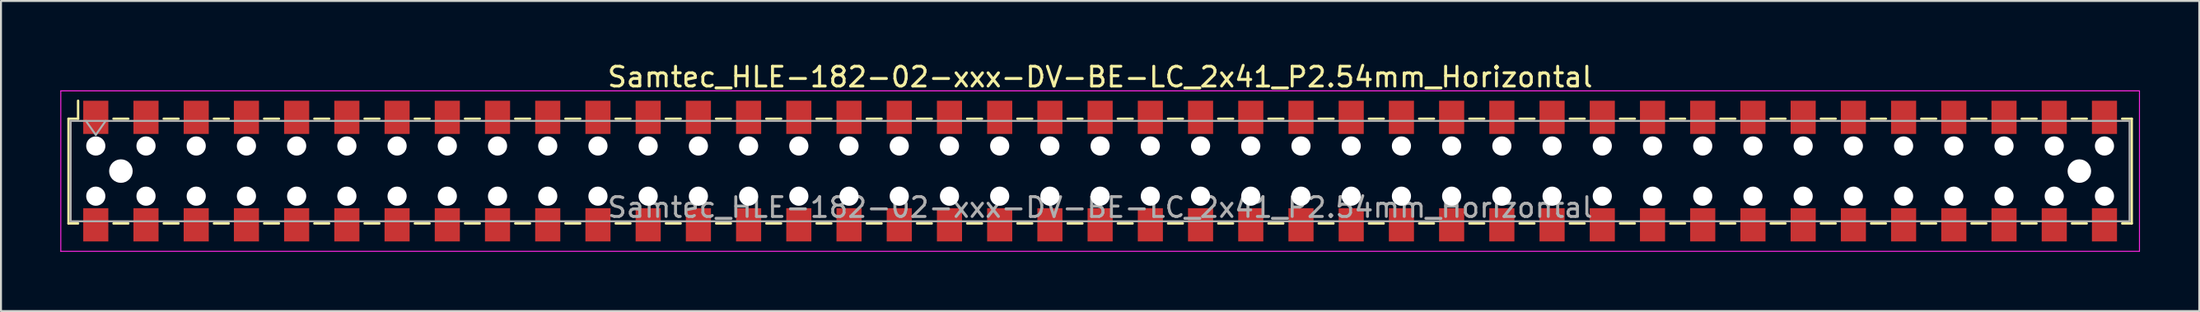
<source format=kicad_pcb>
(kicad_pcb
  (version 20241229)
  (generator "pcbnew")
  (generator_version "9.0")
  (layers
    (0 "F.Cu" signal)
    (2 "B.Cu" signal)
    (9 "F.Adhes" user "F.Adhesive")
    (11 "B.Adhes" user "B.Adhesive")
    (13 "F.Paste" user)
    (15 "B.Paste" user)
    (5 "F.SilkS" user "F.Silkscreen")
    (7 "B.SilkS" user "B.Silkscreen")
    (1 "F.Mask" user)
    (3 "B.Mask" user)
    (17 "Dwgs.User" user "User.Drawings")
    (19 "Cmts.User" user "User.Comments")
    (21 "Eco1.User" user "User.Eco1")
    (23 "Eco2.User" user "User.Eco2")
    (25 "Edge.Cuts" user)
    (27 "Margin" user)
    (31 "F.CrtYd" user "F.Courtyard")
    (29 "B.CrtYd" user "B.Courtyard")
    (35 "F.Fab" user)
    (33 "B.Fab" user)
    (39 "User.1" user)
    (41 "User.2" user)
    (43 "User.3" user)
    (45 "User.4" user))
  (footprint "Samtec_HLE-182-02-xxx-DV-BE-LC_2x41_P2.54mm_Horizontal"
    (layer "F.Cu")
    (at 52.595 5.608)
    (property "Reference" "Samtec_HLE-182-02-xxx-DV-BE-LC_2x41_P2.54mm_Horizontal" (at 0 -4.76 0) (layer "F.SilkS") (effects (font (size 1 1) (thickness 0.15))))
    (attr smd)
    (fp_line (start -52.18 -2.65) (end -52.18 2.65) (stroke (width 0.12) (type solid)) (layer "F.SilkS"))
    (fp_line (start -52.18 2.65) (end -51.695 2.65) (stroke (width 0.12) (type solid)) (layer "F.SilkS"))
    (fp_line (start -51.695 -3.56) (end -51.695 -2.65) (stroke (width 0.12) (type solid)) (layer "F.SilkS"))
    (fp_line (start -51.695 -2.65) (end -52.18 -2.65) (stroke (width 0.12) (type solid)) (layer "F.SilkS"))
    (fp_line (start -49.905 -2.65) (end -49.155 -2.65) (stroke (width 0.12) (type solid)) (layer "F.SilkS"))
    (fp_line (start -49.905 2.65) (end -49.155 2.65) (stroke (width 0.12) (type solid)) (layer "F.SilkS"))
    (fp_line (start -47.365 -2.65) (end -46.615 -2.65) (stroke (width 0.12) (type solid)) (layer "F.SilkS"))
    (fp_line (start -47.365 2.65) (end -46.615 2.65) (stroke (width 0.12) (type solid)) (layer "F.SilkS"))
    (fp_line (start -44.825 -2.65) (end -44.075 -2.65) (stroke (width 0.12) (type solid)) (layer "F.SilkS"))
    (fp_line (start -44.825 2.65) (end -44.075 2.65) (stroke (width 0.12) (type solid)) (layer "F.SilkS"))
    (fp_line (start -42.285 -2.65) (end -41.535 -2.65) (stroke (width 0.12) (type solid)) (layer "F.SilkS"))
    (fp_line (start -42.285 2.65) (end -41.535 2.65) (stroke (width 0.12) (type solid)) (layer "F.SilkS"))
    (fp_line (start -39.745 -2.65) (end -38.995 -2.65) (stroke (width 0.12) (type solid)) (layer "F.SilkS"))
    (fp_line (start -39.745 2.65) (end -38.995 2.65) (stroke (width 0.12) (type solid)) (layer "F.SilkS"))
    (fp_line (start -37.205 -2.65) (end -36.455 -2.65) (stroke (width 0.12) (type solid)) (layer "F.SilkS"))
    (fp_line (start -37.205 2.65) (end -36.455 2.65) (stroke (width 0.12) (type solid)) (layer "F.SilkS"))
    (fp_line (start -34.665 -2.65) (end -33.915 -2.65) (stroke (width 0.12) (type solid)) (layer "F.SilkS"))
    (fp_line (start -34.665 2.65) (end -33.915 2.65) (stroke (width 0.12) (type solid)) (layer "F.SilkS"))
    (fp_line (start -32.125 -2.65) (end -31.375 -2.65) (stroke (width 0.12) (type solid)) (layer "F.SilkS"))
    (fp_line (start -32.125 2.65) (end -31.375 2.65) (stroke (width 0.12) (type solid)) (layer "F.SilkS"))
    (fp_line (start -29.585 -2.65) (end -28.835 -2.65) (stroke (width 0.12) (type solid)) (layer "F.SilkS"))
    (fp_line (start -29.585 2.65) (end -28.835 2.65) (stroke (width 0.12) (type solid)) (layer "F.SilkS"))
    (fp_line (start -27.045 -2.65) (end -26.295 -2.65) (stroke (width 0.12) (type solid)) (layer "F.SilkS"))
    (fp_line (start -27.045 2.65) (end -26.295 2.65) (stroke (width 0.12) (type solid)) (layer "F.SilkS"))
    (fp_line (start -24.505 -2.65) (end -23.755 -2.65) (stroke (width 0.12) (type solid)) (layer "F.SilkS"))
    (fp_line (start -24.505 2.65) (end -23.755 2.65) (stroke (width 0.12) (type solid)) (layer "F.SilkS"))
    (fp_line (start -21.965 -2.65) (end -21.215 -2.65) (stroke (width 0.12) (type solid)) (layer "F.SilkS"))
    (fp_line (start -21.965 2.65) (end -21.215 2.65) (stroke (width 0.12) (type solid)) (layer "F.SilkS"))
    (fp_line (start -19.425 -2.65) (end -18.675 -2.65) (stroke (width 0.12) (type solid)) (layer "F.SilkS"))
    (fp_line (start -19.425 2.65) (end -18.675 2.65) (stroke (width 0.12) (type solid)) (layer "F.SilkS"))
    (fp_line (start -16.885 -2.65) (end -16.135 -2.65) (stroke (width 0.12) (type solid)) (layer "F.SilkS"))
    (fp_line (start -16.885 2.65) (end -16.135 2.65) (stroke (width 0.12) (type solid)) (layer "F.SilkS"))
    (fp_line (start -14.345 -2.65) (end -13.595 -2.65) (stroke (width 0.12) (type solid)) (layer "F.SilkS"))
    (fp_line (start -14.345 2.65) (end -13.595 2.65) (stroke (width 0.12) (type solid)) (layer "F.SilkS"))
    (fp_line (start -11.805 -2.65) (end -11.055 -2.65) (stroke (width 0.12) (type solid)) (layer "F.SilkS"))
    (fp_line (start -11.805 2.65) (end -11.055 2.65) (stroke (width 0.12) (type solid)) (layer "F.SilkS"))
    (fp_line (start -9.265 -2.65) (end -8.515 -2.65) (stroke (width 0.12) (type solid)) (layer "F.SilkS"))
    (fp_line (start -9.265 2.65) (end -8.515 2.65) (stroke (width 0.12) (type solid)) (layer "F.SilkS"))
    (fp_line (start -6.725 -2.65) (end -5.975 -2.65) (stroke (width 0.12) (type solid)) (layer "F.SilkS"))
    (fp_line (start -6.725 2.65) (end -5.975 2.65) (stroke (width 0.12) (type solid)) (layer "F.SilkS"))
    (fp_line (start -4.185 -2.65) (end -3.435 -2.65) (stroke (width 0.12) (type solid)) (layer "F.SilkS"))
    (fp_line (start -4.185 2.65) (end -3.435 2.65) (stroke (width 0.12) (type solid)) (layer "F.SilkS"))
    (fp_line (start -1.645 -2.65) (end -0.895 -2.65) (stroke (width 0.12) (type solid)) (layer "F.SilkS"))
    (fp_line (start -1.645 2.65) (end -0.895 2.65) (stroke (width 0.12) (type solid)) (layer "F.SilkS"))
    (fp_line (start 0.895 -2.65) (end 1.645 -2.65) (stroke (width 0.12) (type solid)) (layer "F.SilkS"))
    (fp_line (start 0.895 2.65) (end 1.645 2.65) (stroke (width 0.12) (type solid)) (layer "F.SilkS"))
    (fp_line (start 3.435 -2.65) (end 4.185 -2.65) (stroke (width 0.12) (type solid)) (layer "F.SilkS"))
    (fp_line (start 3.435 2.65) (end 4.185 2.65) (stroke (width 0.12) (type solid)) (layer "F.SilkS"))
    (fp_line (start 5.975 -2.65) (end 6.725 -2.65) (stroke (width 0.12) (type solid)) (layer "F.SilkS"))
    (fp_line (start 5.975 2.65) (end 6.725 2.65) (stroke (width 0.12) (type solid)) (layer "F.SilkS"))
    (fp_line (start 8.515 -2.65) (end 9.265 -2.65) (stroke (width 0.12) (type solid)) (layer "F.SilkS"))
    (fp_line (start 8.515 2.65) (end 9.265 2.65) (stroke (width 0.12) (type solid)) (layer "F.SilkS"))
    (fp_line (start 11.055 -2.65) (end 11.805 -2.65) (stroke (width 0.12) (type solid)) (layer "F.SilkS"))
    (fp_line (start 11.055 2.65) (end 11.805 2.65) (stroke (width 0.12) (type solid)) (layer "F.SilkS"))
    (fp_line (start 13.595 -2.65) (end 14.345 -2.65) (stroke (width 0.12) (type solid)) (layer "F.SilkS"))
    (fp_line (start 13.595 2.65) (end 14.345 2.65) (stroke (width 0.12) (type solid)) (layer "F.SilkS"))
    (fp_line (start 16.135 -2.65) (end 16.885 -2.65) (stroke (width 0.12) (type solid)) (layer "F.SilkS"))
    (fp_line (start 16.135 2.65) (end 16.885 2.65) (stroke (width 0.12) (type solid)) (layer "F.SilkS"))
    (fp_line (start 18.675 -2.65) (end 19.425 -2.65) (stroke (width 0.12) (type solid)) (layer "F.SilkS"))
    (fp_line (start 18.675 2.65) (end 19.425 2.65) (stroke (width 0.12) (type solid)) (layer "F.SilkS"))
    (fp_line (start 21.215 -2.65) (end 21.965 -2.65) (stroke (width 0.12) (type solid)) (layer "F.SilkS"))
    (fp_line (start 21.215 2.65) (end 21.965 2.65) (stroke (width 0.12) (type solid)) (layer "F.SilkS"))
    (fp_line (start 23.755 -2.65) (end 24.505 -2.65) (stroke (width 0.12) (type solid)) (layer "F.SilkS"))
    (fp_line (start 23.755 2.65) (end 24.505 2.65) (stroke (width 0.12) (type solid)) (layer "F.SilkS"))
    (fp_line (start 26.295 -2.65) (end 27.045 -2.65) (stroke (width 0.12) (type solid)) (layer "F.SilkS"))
    (fp_line (start 26.295 2.65) (end 27.045 2.65) (stroke (width 0.12) (type solid)) (layer "F.SilkS"))
    (fp_line (start 28.835 -2.65) (end 29.585 -2.65) (stroke (width 0.12) (type solid)) (layer "F.SilkS"))
    (fp_line (start 28.835 2.65) (end 29.585 2.65) (stroke (width 0.12) (type solid)) (layer "F.SilkS"))
    (fp_line (start 31.375 -2.65) (end 32.125 -2.65) (stroke (width 0.12) (type solid)) (layer "F.SilkS"))
    (fp_line (start 31.375 2.65) (end 32.125 2.65) (stroke (width 0.12) (type solid)) (layer "F.SilkS"))
    (fp_line (start 33.915 -2.65) (end 34.665 -2.65) (stroke (width 0.12) (type solid)) (layer "F.SilkS"))
    (fp_line (start 33.915 2.65) (end 34.665 2.65) (stroke (width 0.12) (type solid)) (layer "F.SilkS"))
    (fp_line (start 36.455 -2.65) (end 37.205 -2.65) (stroke (width 0.12) (type solid)) (layer "F.SilkS"))
    (fp_line (start 36.455 2.65) (end 37.205 2.65) (stroke (width 0.12) (type solid)) (layer "F.SilkS"))
    (fp_line (start 38.995 -2.65) (end 39.745 -2.65) (stroke (width 0.12) (type solid)) (layer "F.SilkS"))
    (fp_line (start 38.995 2.65) (end 39.745 2.65) (stroke (width 0.12) (type solid)) (layer "F.SilkS"))
    (fp_line (start 41.535 -2.65) (end 42.285 -2.65) (stroke (width 0.12) (type solid)) (layer "F.SilkS"))
    (fp_line (start 41.535 2.65) (end 42.285 2.65) (stroke (width 0.12) (type solid)) (layer "F.SilkS"))
    (fp_line (start 44.075 -2.65) (end 44.825 -2.65) (stroke (width 0.12) (type solid)) (layer "F.SilkS"))
    (fp_line (start 44.075 2.65) (end 44.825 2.65) (stroke (width 0.12) (type solid)) (layer "F.SilkS"))
    (fp_line (start 46.615 -2.65) (end 47.365 -2.65) (stroke (width 0.12) (type solid)) (layer "F.SilkS"))
    (fp_line (start 46.615 2.65) (end 47.365 2.65) (stroke (width 0.12) (type solid)) (layer "F.SilkS"))
    (fp_line (start 49.155 -2.65) (end 49.905 -2.65) (stroke (width 0.12) (type solid)) (layer "F.SilkS"))
    (fp_line (start 49.155 2.65) (end 49.905 2.65) (stroke (width 0.12) (type solid)) (layer "F.SilkS"))
    (fp_line (start 51.695 -2.65) (end 52.18 -2.65) (stroke (width 0.12) (type solid)) (layer "F.SilkS"))
    (fp_line (start 52.18 -2.65) (end 52.18 2.65) (stroke (width 0.12) (type solid)) (layer "F.SilkS"))
    (fp_line (start 52.18 2.65) (end 51.695 2.65) (stroke (width 0.12) (type solid)) (layer "F.SilkS"))
    (fp_line (start -52.57 -4.06) (end 52.57 -4.06) (stroke (width 0.05) (type solid)) (layer "F.CrtYd"))
    (fp_line (start -52.57 4.06) (end -52.57 -4.06) (stroke (width 0.05) (type solid)) (layer "F.CrtYd"))
    (fp_line (start 52.57 -4.06) (end 52.57 4.06) (stroke (width 0.05) (type solid)) (layer "F.CrtYd"))
    (fp_line (start 52.57 4.06) (end -52.57 4.06) (stroke (width 0.05) (type solid)) (layer "F.CrtYd"))
    (fp_line (start -52.07 -2.54) (end 52.07 -2.54) (stroke (width 0.1) (type solid)) (layer "F.Fab"))
    (fp_line (start -52.07 2.54) (end -52.07 -2.54) (stroke (width 0.1) (type solid)) (layer "F.Fab"))
    (fp_line (start -51.3 -2.54) (end -50.8 -1.833) (stroke (width 0.1) (type solid)) (layer "F.Fab"))
    (fp_line (start -50.8 -1.833) (end -50.3 -2.54) (stroke (width 0.1) (type solid)) (layer "F.Fab"))
    (fp_line (start 52.07 -2.54) (end 52.07 2.54) (stroke (width 0.1) (type solid)) (layer "F.Fab"))
    (fp_line (start 52.07 2.54) (end -52.07 2.54) (stroke (width 0.1) (type solid)) (layer "F.Fab"))
    (fp_text user "${REFERENCE}" (at 0 1.84 0) (layer "F.Fab") (effects (font (size 1 1) (thickness 0.15))))
    (pad "" np_thru_hole circle (at -50.8 -1.27) (size 0.97 0.97) (drill 0.97) (layers "*.Cu" "*.Mask"))
    (pad "" np_thru_hole circle (at -50.8 1.27) (size 0.97 0.97) (drill 0.97) (layers "*.Cu" "*.Mask"))
    (pad "" np_thru_hole circle (at -49.53 0) (size 1.19 1.19) (drill 1.19) (layers "*.Cu" "*.Mask"))
    (pad "" np_thru_hole circle (at -48.26 -1.27) (size 0.97 0.97) (drill 0.97) (layers "*.Cu" "*.Mask"))
    (pad "" np_thru_hole circle (at -48.26 1.27) (size 0.97 0.97) (drill 0.97) (layers "*.Cu" "*.Mask"))
    (pad "" np_thru_hole circle (at -45.72 -1.27) (size 0.97 0.97) (drill 0.97) (layers "*.Cu" "*.Mask"))
    (pad "" np_thru_hole circle (at -45.72 1.27) (size 0.97 0.97) (drill 0.97) (layers "*.Cu" "*.Mask"))
    (pad "" np_thru_hole circle (at -43.18 -1.27) (size 0.97 0.97) (drill 0.97) (layers "*.Cu" "*.Mask"))
    (pad "" np_thru_hole circle (at -43.18 1.27) (size 0.97 0.97) (drill 0.97) (layers "*.Cu" "*.Mask"))
    (pad "" np_thru_hole circle (at -40.64 -1.27) (size 0.97 0.97) (drill 0.97) (layers "*.Cu" "*.Mask"))
    (pad "" np_thru_hole circle (at -40.64 1.27) (size 0.97 0.97) (drill 0.97) (layers "*.Cu" "*.Mask"))
    (pad "" np_thru_hole circle (at -38.1 -1.27) (size 0.97 0.97) (drill 0.97) (layers "*.Cu" "*.Mask"))
    (pad "" np_thru_hole circle (at -38.1 1.27) (size 0.97 0.97) (drill 0.97) (layers "*.Cu" "*.Mask"))
    (pad "" np_thru_hole circle (at -35.56 -1.27) (size 0.97 0.97) (drill 0.97) (layers "*.Cu" "*.Mask"))
    (pad "" np_thru_hole circle (at -35.56 1.27) (size 0.97 0.97) (drill 0.97) (layers "*.Cu" "*.Mask"))
    (pad "" np_thru_hole circle (at -33.02 -1.27) (size 0.97 0.97) (drill 0.97) (layers "*.Cu" "*.Mask"))
    (pad "" np_thru_hole circle (at -33.02 1.27) (size 0.97 0.97) (drill 0.97) (layers "*.Cu" "*.Mask"))
    (pad "" np_thru_hole circle (at -30.48 -1.27) (size 0.97 0.97) (drill 0.97) (layers "*.Cu" "*.Mask"))
    (pad "" np_thru_hole circle (at -30.48 1.27) (size 0.97 0.97) (drill 0.97) (layers "*.Cu" "*.Mask"))
    (pad "" np_thru_hole circle (at -27.94 -1.27) (size 0.97 0.97) (drill 0.97) (layers "*.Cu" "*.Mask"))
    (pad "" np_thru_hole circle (at -27.94 1.27) (size 0.97 0.97) (drill 0.97) (layers "*.Cu" "*.Mask"))
    (pad "" np_thru_hole circle (at -25.4 -1.27) (size 0.97 0.97) (drill 0.97) (layers "*.Cu" "*.Mask"))
    (pad "" np_thru_hole circle (at -25.4 1.27) (size 0.97 0.97) (drill 0.97) (layers "*.Cu" "*.Mask"))
    (pad "" np_thru_hole circle (at -22.86 -1.27) (size 0.97 0.97) (drill 0.97) (layers "*.Cu" "*.Mask"))
    (pad "" np_thru_hole circle (at -22.86 1.27) (size 0.97 0.97) (drill 0.97) (layers "*.Cu" "*.Mask"))
    (pad "" np_thru_hole circle (at -20.32 -1.27) (size 0.97 0.97) (drill 0.97) (layers "*.Cu" "*.Mask"))
    (pad "" np_thru_hole circle (at -20.32 1.27) (size 0.97 0.97) (drill 0.97) (layers "*.Cu" "*.Mask"))
    (pad "" np_thru_hole circle (at -17.78 -1.27) (size 0.97 0.97) (drill 0.97) (layers "*.Cu" "*.Mask"))
    (pad "" np_thru_hole circle (at -17.78 1.27) (size 0.97 0.97) (drill 0.97) (layers "*.Cu" "*.Mask"))
    (pad "" np_thru_hole circle (at -15.24 -1.27) (size 0.97 0.97) (drill 0.97) (layers "*.Cu" "*.Mask"))
    (pad "" np_thru_hole circle (at -15.24 1.27) (size 0.97 0.97) (drill 0.97) (layers "*.Cu" "*.Mask"))
    (pad "" np_thru_hole circle (at -12.7 -1.27) (size 0.97 0.97) (drill 0.97) (layers "*.Cu" "*.Mask"))
    (pad "" np_thru_hole circle (at -12.7 1.27) (size 0.97 0.97) (drill 0.97) (layers "*.Cu" "*.Mask"))
    (pad "" np_thru_hole circle (at -10.16 -1.27) (size 0.97 0.97) (drill 0.97) (layers "*.Cu" "*.Mask"))
    (pad "" np_thru_hole circle (at -10.16 1.27) (size 0.97 0.97) (drill 0.97) (layers "*.Cu" "*.Mask"))
    (pad "" np_thru_hole circle (at -7.62 -1.27) (size 0.97 0.97) (drill 0.97) (layers "*.Cu" "*.Mask"))
    (pad "" np_thru_hole circle (at -7.62 1.27) (size 0.97 0.97) (drill 0.97) (layers "*.Cu" "*.Mask"))
    (pad "" np_thru_hole circle (at -5.08 -1.27) (size 0.97 0.97) (drill 0.97) (layers "*.Cu" "*.Mask"))
    (pad "" np_thru_hole circle (at -5.08 1.27) (size 0.97 0.97) (drill 0.97) (layers "*.Cu" "*.Mask"))
    (pad "" np_thru_hole circle (at -2.54 -1.27) (size 0.97 0.97) (drill 0.97) (layers "*.Cu" "*.Mask"))
    (pad "" np_thru_hole circle (at -2.54 1.27) (size 0.97 0.97) (drill 0.97) (layers "*.Cu" "*.Mask"))
    (pad "" np_thru_hole circle (at 0 -1.27) (size 0.97 0.97) (drill 0.97) (layers "*.Cu" "*.Mask"))
    (pad "" np_thru_hole circle (at 0 1.27) (size 0.97 0.97) (drill 0.97) (layers "*.Cu" "*.Mask"))
    (pad "" np_thru_hole circle (at 2.54 -1.27) (size 0.97 0.97) (drill 0.97) (layers "*.Cu" "*.Mask"))
    (pad "" np_thru_hole circle (at 2.54 1.27) (size 0.97 0.97) (drill 0.97) (layers "*.Cu" "*.Mask"))
    (pad "" np_thru_hole circle (at 5.08 -1.27) (size 0.97 0.97) (drill 0.97) (layers "*.Cu" "*.Mask"))
    (pad "" np_thru_hole circle (at 5.08 1.27) (size 0.97 0.97) (drill 0.97) (layers "*.Cu" "*.Mask"))
    (pad "" np_thru_hole circle (at 7.62 -1.27) (size 0.97 0.97) (drill 0.97) (layers "*.Cu" "*.Mask"))
    (pad "" np_thru_hole circle (at 7.62 1.27) (size 0.97 0.97) (drill 0.97) (layers "*.Cu" "*.Mask"))
    (pad "" np_thru_hole circle (at 10.16 -1.27) (size 0.97 0.97) (drill 0.97) (layers "*.Cu" "*.Mask"))
    (pad "" np_thru_hole circle (at 10.16 1.27) (size 0.97 0.97) (drill 0.97) (layers "*.Cu" "*.Mask"))
    (pad "" np_thru_hole circle (at 12.7 -1.27) (size 0.97 0.97) (drill 0.97) (layers "*.Cu" "*.Mask"))
    (pad "" np_thru_hole circle (at 12.7 1.27) (size 0.97 0.97) (drill 0.97) (layers "*.Cu" "*.Mask"))
    (pad "" np_thru_hole circle (at 15.24 -1.27) (size 0.97 0.97) (drill 0.97) (layers "*.Cu" "*.Mask"))
    (pad "" np_thru_hole circle (at 15.24 1.27) (size 0.97 0.97) (drill 0.97) (layers "*.Cu" "*.Mask"))
    (pad "" np_thru_hole circle (at 17.78 -1.27) (size 0.97 0.97) (drill 0.97) (layers "*.Cu" "*.Mask"))
    (pad "" np_thru_hole circle (at 17.78 1.27) (size 0.97 0.97) (drill 0.97) (layers "*.Cu" "*.Mask"))
    (pad "" np_thru_hole circle (at 20.32 -1.27) (size 0.97 0.97) (drill 0.97) (layers "*.Cu" "*.Mask"))
    (pad "" np_thru_hole circle (at 20.32 1.27) (size 0.97 0.97) (drill 0.97) (layers "*.Cu" "*.Mask"))
    (pad "" np_thru_hole circle (at 22.86 -1.27) (size 0.97 0.97) (drill 0.97) (layers "*.Cu" "*.Mask"))
    (pad "" np_thru_hole circle (at 22.86 1.27) (size 0.97 0.97) (drill 0.97) (layers "*.Cu" "*.Mask"))
    (pad "" np_thru_hole circle (at 25.4 -1.27) (size 0.97 0.97) (drill 0.97) (layers "*.Cu" "*.Mask"))
    (pad "" np_thru_hole circle (at 25.4 1.27) (size 0.97 0.97) (drill 0.97) (layers "*.Cu" "*.Mask"))
    (pad "" np_thru_hole circle (at 27.94 -1.27) (size 0.97 0.97) (drill 0.97) (layers "*.Cu" "*.Mask"))
    (pad "" np_thru_hole circle (at 27.94 1.27) (size 0.97 0.97) (drill 0.97) (layers "*.Cu" "*.Mask"))
    (pad "" np_thru_hole circle (at 30.48 -1.27) (size 0.97 0.97) (drill 0.97) (layers "*.Cu" "*.Mask"))
    (pad "" np_thru_hole circle (at 30.48 1.27) (size 0.97 0.97) (drill 0.97) (layers "*.Cu" "*.Mask"))
    (pad "" np_thru_hole circle (at 33.02 -1.27) (size 0.97 0.97) (drill 0.97) (layers "*.Cu" "*.Mask"))
    (pad "" np_thru_hole circle (at 33.02 1.27) (size 0.97 0.97) (drill 0.97) (layers "*.Cu" "*.Mask"))
    (pad "" np_thru_hole circle (at 35.56 -1.27) (size 0.97 0.97) (drill 0.97) (layers "*.Cu" "*.Mask"))
    (pad "" np_thru_hole circle (at 35.56 1.27) (size 0.97 0.97) (drill 0.97) (layers "*.Cu" "*.Mask"))
    (pad "" np_thru_hole circle (at 38.1 -1.27) (size 0.97 0.97) (drill 0.97) (layers "*.Cu" "*.Mask"))
    (pad "" np_thru_hole circle (at 38.1 1.27) (size 0.97 0.97) (drill 0.97) (layers "*.Cu" "*.Mask"))
    (pad "" np_thru_hole circle (at 40.64 -1.27) (size 0.97 0.97) (drill 0.97) (layers "*.Cu" "*.Mask"))
    (pad "" np_thru_hole circle (at 40.64 1.27) (size 0.97 0.97) (drill 0.97) (layers "*.Cu" "*.Mask"))
    (pad "" np_thru_hole circle (at 43.18 -1.27) (size 0.97 0.97) (drill 0.97) (layers "*.Cu" "*.Mask"))
    (pad "" np_thru_hole circle (at 43.18 1.27) (size 0.97 0.97) (drill 0.97) (layers "*.Cu" "*.Mask"))
    (pad "" np_thru_hole circle (at 45.72 -1.27) (size 0.97 0.97) (drill 0.97) (layers "*.Cu" "*.Mask"))
    (pad "" np_thru_hole circle (at 45.72 1.27) (size 0.97 0.97) (drill 0.97) (layers "*.Cu" "*.Mask"))
    (pad "" np_thru_hole circle (at 48.26 -1.27) (size 0.97 0.97) (drill 0.97) (layers "*.Cu" "*.Mask"))
    (pad "" np_thru_hole circle (at 48.26 1.27) (size 0.97 0.97) (drill 0.97) (layers "*.Cu" "*.Mask"))
    (pad "" np_thru_hole circle (at 49.53 0) (size 1.19 1.19) (drill 1.19) (layers "*.Cu" "*.Mask"))
    (pad "" np_thru_hole circle (at 50.8 -1.27) (size 0.97 0.97) (drill 0.97) (layers "*.Cu" "*.Mask"))
    (pad "" np_thru_hole circle (at 50.8 1.27) (size 0.97 0.97) (drill 0.97) (layers "*.Cu" "*.Mask"))
    (pad "1" smd rect (at -50.8 -2.72) (size 1.27 1.68) (layers "F.Cu" "F.Mask" "F.Paste"))
    (pad "2" smd rect (at -50.8 2.72) (size 1.27 1.68) (layers "F.Cu" "F.Mask" "F.Paste"))
    (pad "3" smd rect (at -48.26 -2.72) (size 1.27 1.68) (layers "F.Cu" "F.Mask" "F.Paste"))
    (pad "4" smd rect (at -48.26 2.72) (size 1.27 1.68) (layers "F.Cu" "F.Mask" "F.Paste"))
    (pad "5" smd rect (at -45.72 -2.72) (size 1.27 1.68) (layers "F.Cu" "F.Mask" "F.Paste"))
    (pad "6" smd rect (at -45.72 2.72) (size 1.27 1.68) (layers "F.Cu" "F.Mask" "F.Paste"))
    (pad "7" smd rect (at -43.18 -2.72) (size 1.27 1.68) (layers "F.Cu" "F.Mask" "F.Paste"))
    (pad "8" smd rect (at -43.18 2.72) (size 1.27 1.68) (layers "F.Cu" "F.Mask" "F.Paste"))
    (pad "9" smd rect (at -40.64 -2.72) (size 1.27 1.68) (layers "F.Cu" "F.Mask" "F.Paste"))
    (pad "10" smd rect (at -40.64 2.72) (size 1.27 1.68) (layers "F.Cu" "F.Mask" "F.Paste"))
    (pad "11" smd rect (at -38.1 -2.72) (size 1.27 1.68) (layers "F.Cu" "F.Mask" "F.Paste"))
    (pad "12" smd rect (at -38.1 2.72) (size 1.27 1.68) (layers "F.Cu" "F.Mask" "F.Paste"))
    (pad "13" smd rect (at -35.56 -2.72) (size 1.27 1.68) (layers "F.Cu" "F.Mask" "F.Paste"))
    (pad "14" smd rect (at -35.56 2.72) (size 1.27 1.68) (layers "F.Cu" "F.Mask" "F.Paste"))
    (pad "15" smd rect (at -33.02 -2.72) (size 1.27 1.68) (layers "F.Cu" "F.Mask" "F.Paste"))
    (pad "16" smd rect (at -33.02 2.72) (size 1.27 1.68) (layers "F.Cu" "F.Mask" "F.Paste"))
    (pad "17" smd rect (at -30.48 -2.72) (size 1.27 1.68) (layers "F.Cu" "F.Mask" "F.Paste"))
    (pad "18" smd rect (at -30.48 2.72) (size 1.27 1.68) (layers "F.Cu" "F.Mask" "F.Paste"))
    (pad "19" smd rect (at -27.94 -2.72) (size 1.27 1.68) (layers "F.Cu" "F.Mask" "F.Paste"))
    (pad "20" smd rect (at -27.94 2.72) (size 1.27 1.68) (layers "F.Cu" "F.Mask" "F.Paste"))
    (pad "21" smd rect (at -25.4 -2.72) (size 1.27 1.68) (layers "F.Cu" "F.Mask" "F.Paste"))
    (pad "22" smd rect (at -25.4 2.72) (size 1.27 1.68) (layers "F.Cu" "F.Mask" "F.Paste"))
    (pad "23" smd rect (at -22.86 -2.72) (size 1.27 1.68) (layers "F.Cu" "F.Mask" "F.Paste"))
    (pad "24" smd rect (at -22.86 2.72) (size 1.27 1.68) (layers "F.Cu" "F.Mask" "F.Paste"))
    (pad "25" smd rect (at -20.32 -2.72) (size 1.27 1.68) (layers "F.Cu" "F.Mask" "F.Paste"))
    (pad "26" smd rect (at -20.32 2.72) (size 1.27 1.68) (layers "F.Cu" "F.Mask" "F.Paste"))
    (pad "27" smd rect (at -17.78 -2.72) (size 1.27 1.68) (layers "F.Cu" "F.Mask" "F.Paste"))
    (pad "28" smd rect (at -17.78 2.72) (size 1.27 1.68) (layers "F.Cu" "F.Mask" "F.Paste"))
    (pad "29" smd rect (at -15.24 -2.72) (size 1.27 1.68) (layers "F.Cu" "F.Mask" "F.Paste"))
    (pad "30" smd rect (at -15.24 2.72) (size 1.27 1.68) (layers "F.Cu" "F.Mask" "F.Paste"))
    (pad "31" smd rect (at -12.7 -2.72) (size 1.27 1.68) (layers "F.Cu" "F.Mask" "F.Paste"))
    (pad "32" smd rect (at -12.7 2.72) (size 1.27 1.68) (layers "F.Cu" "F.Mask" "F.Paste"))
    (pad "33" smd rect (at -10.16 -2.72) (size 1.27 1.68) (layers "F.Cu" "F.Mask" "F.Paste"))
    (pad "34" smd rect (at -10.16 2.72) (size 1.27 1.68) (layers "F.Cu" "F.Mask" "F.Paste"))
    (pad "35" smd rect (at -7.62 -2.72) (size 1.27 1.68) (layers "F.Cu" "F.Mask" "F.Paste"))
    (pad "36" smd rect (at -7.62 2.72) (size 1.27 1.68) (layers "F.Cu" "F.Mask" "F.Paste"))
    (pad "37" smd rect (at -5.08 -2.72) (size 1.27 1.68) (layers "F.Cu" "F.Mask" "F.Paste"))
    (pad "38" smd rect (at -5.08 2.72) (size 1.27 1.68) (layers "F.Cu" "F.Mask" "F.Paste"))
    (pad "39" smd rect (at -2.54 -2.72) (size 1.27 1.68) (layers "F.Cu" "F.Mask" "F.Paste"))
    (pad "40" smd rect (at -2.54 2.72) (size 1.27 1.68) (layers "F.Cu" "F.Mask" "F.Paste"))
    (pad "41" smd rect (at 0 -2.72) (size 1.27 1.68) (layers "F.Cu" "F.Mask" "F.Paste"))
    (pad "42" smd rect (at 0 2.72) (size 1.27 1.68) (layers "F.Cu" "F.Mask" "F.Paste"))
    (pad "43" smd rect (at 2.54 -2.72) (size 1.27 1.68) (layers "F.Cu" "F.Mask" "F.Paste"))
    (pad "44" smd rect (at 2.54 2.72) (size 1.27 1.68) (layers "F.Cu" "F.Mask" "F.Paste"))
    (pad "45" smd rect (at 5.08 -2.72) (size 1.27 1.68) (layers "F.Cu" "F.Mask" "F.Paste"))
    (pad "46" smd rect (at 5.08 2.72) (size 1.27 1.68) (layers "F.Cu" "F.Mask" "F.Paste"))
    (pad "47" smd rect (at 7.62 -2.72) (size 1.27 1.68) (layers "F.Cu" "F.Mask" "F.Paste"))
    (pad "48" smd rect (at 7.62 2.72) (size 1.27 1.68) (layers "F.Cu" "F.Mask" "F.Paste"))
    (pad "49" smd rect (at 10.16 -2.72) (size 1.27 1.68) (layers "F.Cu" "F.Mask" "F.Paste"))
    (pad "50" smd rect (at 10.16 2.72) (size 1.27 1.68) (layers "F.Cu" "F.Mask" "F.Paste"))
    (pad "51" smd rect (at 12.7 -2.72) (size 1.27 1.68) (layers "F.Cu" "F.Mask" "F.Paste"))
    (pad "52" smd rect (at 12.7 2.72) (size 1.27 1.68) (layers "F.Cu" "F.Mask" "F.Paste"))
    (pad "53" smd rect (at 15.24 -2.72) (size 1.27 1.68) (layers "F.Cu" "F.Mask" "F.Paste"))
    (pad "54" smd rect (at 15.24 2.72) (size 1.27 1.68) (layers "F.Cu" "F.Mask" "F.Paste"))
    (pad "55" smd rect (at 17.78 -2.72) (size 1.27 1.68) (layers "F.Cu" "F.Mask" "F.Paste"))
    (pad "56" smd rect (at 17.78 2.72) (size 1.27 1.68) (layers "F.Cu" "F.Mask" "F.Paste"))
    (pad "57" smd rect (at 20.32 -2.72) (size 1.27 1.68) (layers "F.Cu" "F.Mask" "F.Paste"))
    (pad "58" smd rect (at 20.32 2.72) (size 1.27 1.68) (layers "F.Cu" "F.Mask" "F.Paste"))
    (pad "59" smd rect (at 22.86 -2.72) (size 1.27 1.68) (layers "F.Cu" "F.Mask" "F.Paste"))
    (pad "60" smd rect (at 22.86 2.72) (size 1.27 1.68) (layers "F.Cu" "F.Mask" "F.Paste"))
    (pad "61" smd rect (at 25.4 -2.72) (size 1.27 1.68) (layers "F.Cu" "F.Mask" "F.Paste"))
    (pad "62" smd rect (at 25.4 2.72) (size 1.27 1.68) (layers "F.Cu" "F.Mask" "F.Paste"))
    (pad "63" smd rect (at 27.94 -2.72) (size 1.27 1.68) (layers "F.Cu" "F.Mask" "F.Paste"))
    (pad "64" smd rect (at 27.94 2.72) (size 1.27 1.68) (layers "F.Cu" "F.Mask" "F.Paste"))
    (pad "65" smd rect (at 30.48 -2.72) (size 1.27 1.68) (layers "F.Cu" "F.Mask" "F.Paste"))
    (pad "66" smd rect (at 30.48 2.72) (size 1.27 1.68) (layers "F.Cu" "F.Mask" "F.Paste"))
    (pad "67" smd rect (at 33.02 -2.72) (size 1.27 1.68) (layers "F.Cu" "F.Mask" "F.Paste"))
    (pad "68" smd rect (at 33.02 2.72) (size 1.27 1.68) (layers "F.Cu" "F.Mask" "F.Paste"))
    (pad "69" smd rect (at 35.56 -2.72) (size 1.27 1.68) (layers "F.Cu" "F.Mask" "F.Paste"))
    (pad "70" smd rect (at 35.56 2.72) (size 1.27 1.68) (layers "F.Cu" "F.Mask" "F.Paste"))
    (pad "71" smd rect (at 38.1 -2.72) (size 1.27 1.68) (layers "F.Cu" "F.Mask" "F.Paste"))
    (pad "72" smd rect (at 38.1 2.72) (size 1.27 1.68) (layers "F.Cu" "F.Mask" "F.Paste"))
    (pad "73" smd rect (at 40.64 -2.72) (size 1.27 1.68) (layers "F.Cu" "F.Mask" "F.Paste"))
    (pad "74" smd rect (at 40.64 2.72) (size 1.27 1.68) (layers "F.Cu" "F.Mask" "F.Paste"))
    (pad "75" smd rect (at 43.18 -2.72) (size 1.27 1.68) (layers "F.Cu" "F.Mask" "F.Paste"))
    (pad "76" smd rect (at 43.18 2.72) (size 1.27 1.68) (layers "F.Cu" "F.Mask" "F.Paste"))
    (pad "77" smd rect (at 45.72 -2.72) (size 1.27 1.68) (layers "F.Cu" "F.Mask" "F.Paste"))
    (pad "78" smd rect (at 45.72 2.72) (size 1.27 1.68) (layers "F.Cu" "F.Mask" "F.Paste"))
    (pad "79" smd rect (at 48.26 -2.72) (size 1.27 1.68) (layers "F.Cu" "F.Mask" "F.Paste"))
    (pad "80" smd rect (at 48.26 2.72) (size 1.27 1.68) (layers "F.Cu" "F.Mask" "F.Paste"))
    (pad "81" smd rect (at 50.8 -2.72) (size 1.27 1.68) (layers "F.Cu" "F.Mask" "F.Paste"))
    (pad "82" smd rect (at 50.8 2.72) (size 1.27 1.68) (layers "F.Cu" "F.Mask" "F.Paste")))
  (gr_rect
    (start -3 -3)
    (end 108.19 12.693)
    (stroke (width 0.1) (type default))
    (fill no)
    (layer "Edge.Cuts")))
</source>
